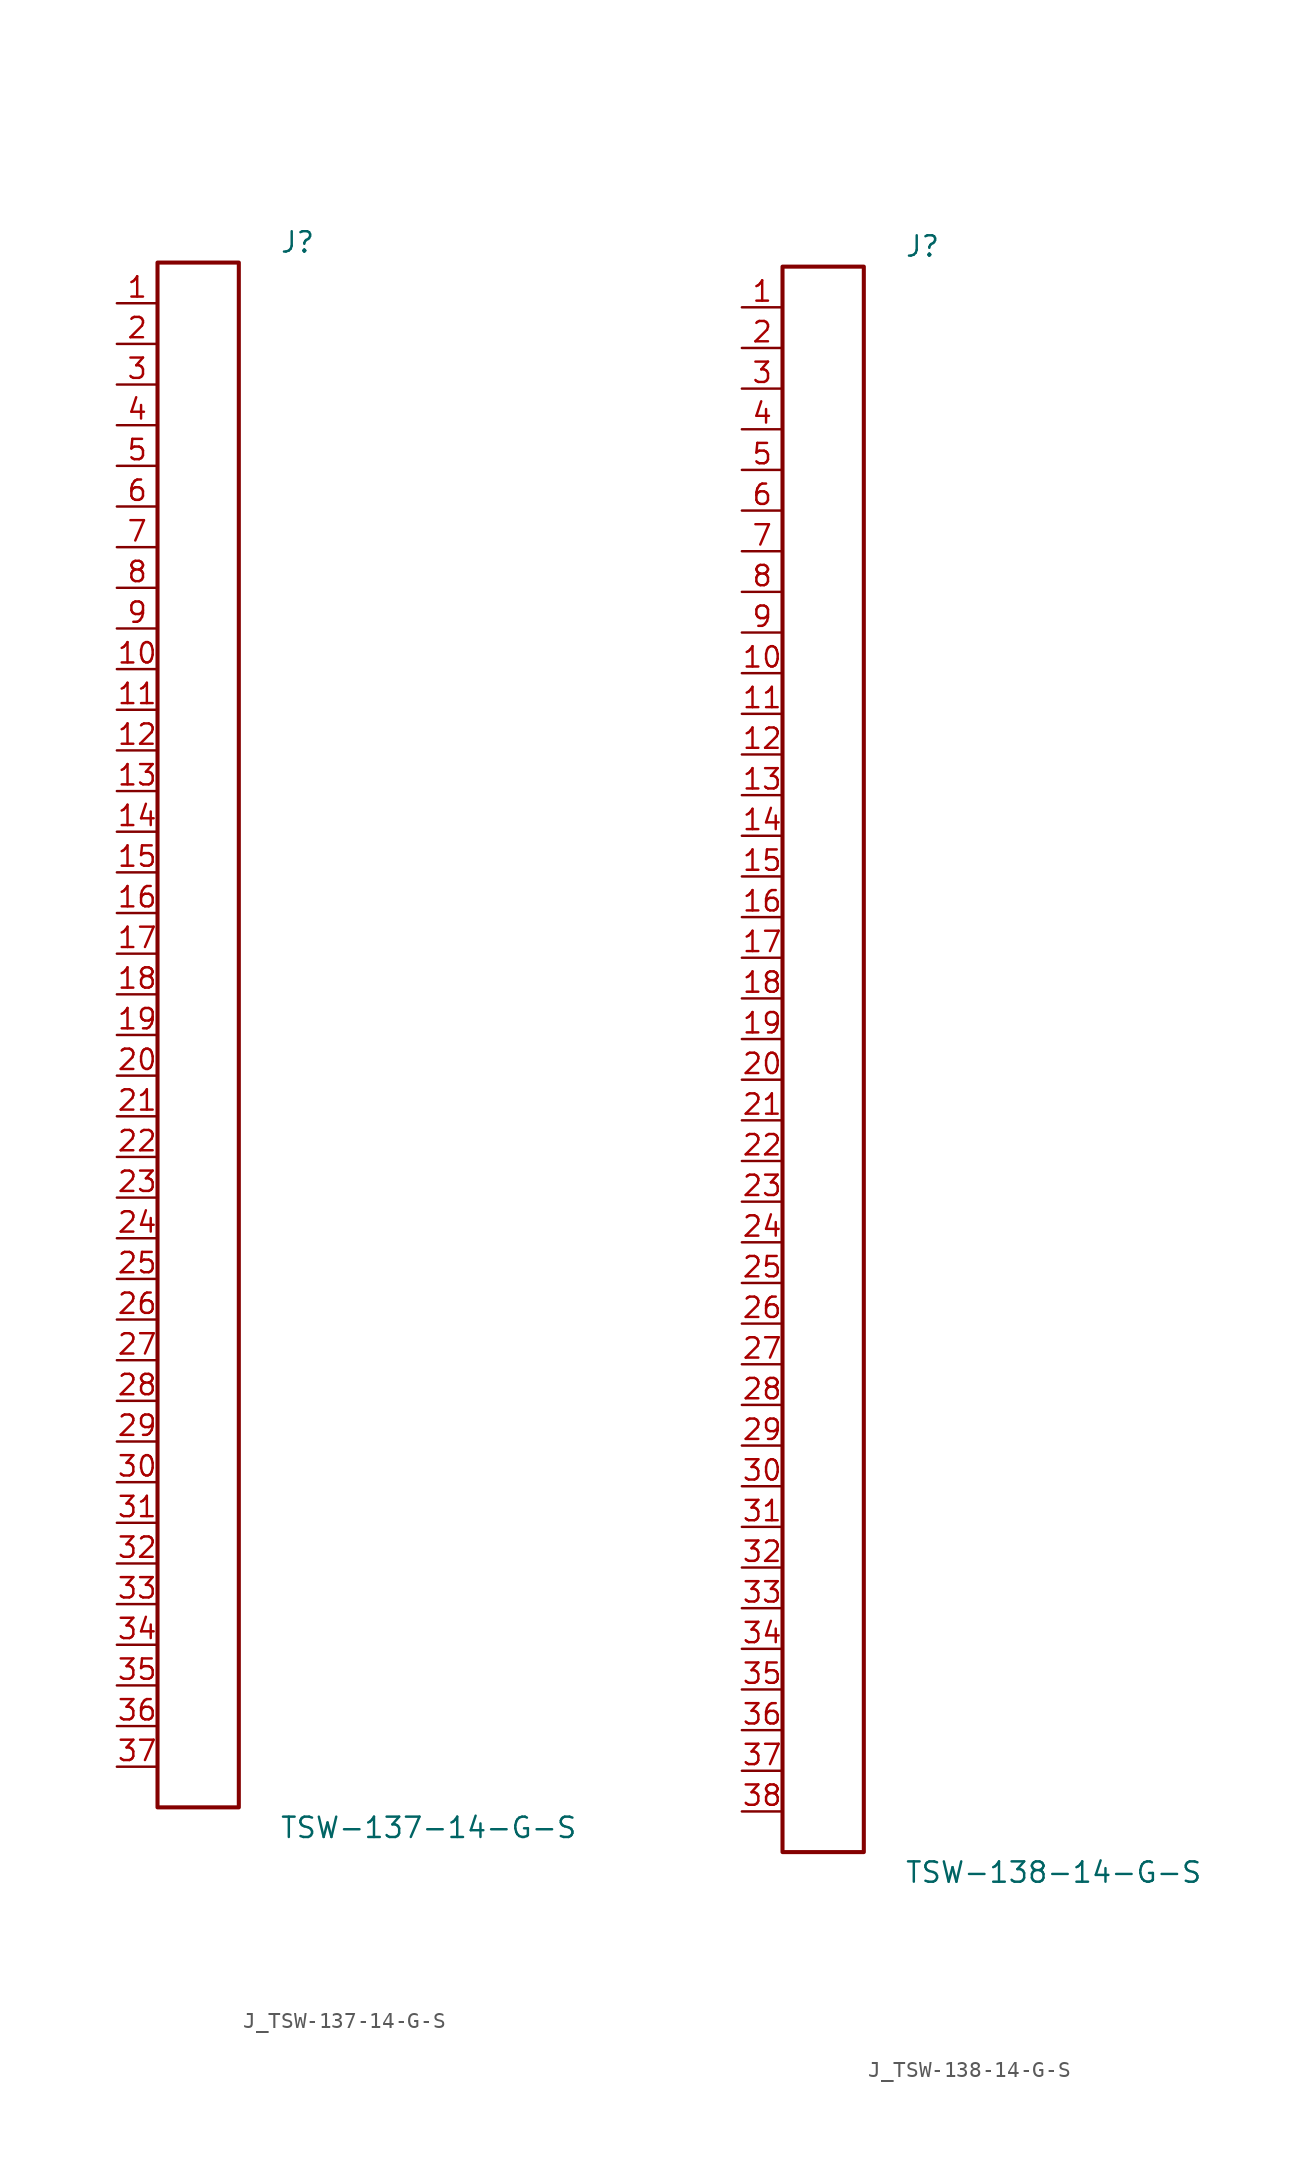
<source format=kicad_sym>
(kicad_symbol_lib
  (version 20231120)
  (generator kicad_symbol_editor)
  (generator_version 8.0)
  (symbol "J_TSW-137-14-G-S"
    (pin_names
      (offset 0.254))
    (property "Reference" "J"
      (at 5.08 49.53 0)
      (effects (font (size 1.27 1.27)) (justify left)))
    (property "Value" "TSW-137-14-G-S"
      (at 5.08 -49.53 0)
      (effects (font (size 1.27 1.27)) (justify left)))
    (symbol "J_TSW-137-14-G-S_0_0"
      (pin passive line (at -5.08 45.72 0) (length 2.54) (name "" (effects (font (size 1.27 1.27)))) (number "1" (effects (font (size 1.27 1.27)))))
      (pin passive line (at -5.08 43.18 0) (length 2.54) (name "" (effects (font (size 1.27 1.27)))) (number "2" (effects (font (size 1.27 1.27)))))
      (pin passive line (at -5.08 40.64 0) (length 2.54) (name "" (effects (font (size 1.27 1.27)))) (number "3" (effects (font (size 1.27 1.27)))))
      (pin passive line (at -5.08 38.1 0) (length 2.54) (name "" (effects (font (size 1.27 1.27)))) (number "4" (effects (font (size 1.27 1.27)))))
      (pin passive line (at -5.08 35.56 0) (length 2.54) (name "" (effects (font (size 1.27 1.27)))) (number "5" (effects (font (size 1.27 1.27)))))
      (pin passive line (at -5.08 33.02 0) (length 2.54) (name "" (effects (font (size 1.27 1.27)))) (number "6" (effects (font (size 1.27 1.27)))))
      (pin passive line (at -5.08 30.48 0) (length 2.54) (name "" (effects (font (size 1.27 1.27)))) (number "7" (effects (font (size 1.27 1.27)))))
      (pin passive line (at -5.08 27.94 0) (length 2.54) (name "" (effects (font (size 1.27 1.27)))) (number "8" (effects (font (size 1.27 1.27)))))
      (pin passive line (at -5.08 25.4 0) (length 2.54) (name "" (effects (font (size 1.27 1.27)))) (number "9" (effects (font (size 1.27 1.27)))))
      (pin passive line (at -5.08 22.86 0) (length 2.54) (name "" (effects (font (size 1.27 1.27)))) (number "10" (effects (font (size 1.27 1.27)))))
      (pin passive line (at -5.08 20.32 0) (length 2.54) (name "" (effects (font (size 1.27 1.27)))) (number "11" (effects (font (size 1.27 1.27)))))
      (pin passive line (at -5.08 17.78 0) (length 2.54) (name "" (effects (font (size 1.27 1.27)))) (number "12" (effects (font (size 1.27 1.27)))))
      (pin passive line (at -5.08 15.24 0) (length 2.54) (name "" (effects (font (size 1.27 1.27)))) (number "13" (effects (font (size 1.27 1.27)))))
      (pin passive line (at -5.08 12.7 0) (length 2.54) (name "" (effects (font (size 1.27 1.27)))) (number "14" (effects (font (size 1.27 1.27)))))
      (pin passive line (at -5.08 10.16 0) (length 2.54) (name "" (effects (font (size 1.27 1.27)))) (number "15" (effects (font (size 1.27 1.27)))))
      (pin passive line (at -5.08 7.62 0) (length 2.54) (name "" (effects (font (size 1.27 1.27)))) (number "16" (effects (font (size 1.27 1.27)))))
      (pin passive line (at -5.08 5.08 0) (length 2.54) (name "" (effects (font (size 1.27 1.27)))) (number "17" (effects (font (size 1.27 1.27)))))
      (pin passive line (at -5.08 2.54 0) (length 2.54) (name "" (effects (font (size 1.27 1.27)))) (number "18" (effects (font (size 1.27 1.27)))))
      (pin passive line (at -5.08 0.0 0) (length 2.54) (name "" (effects (font (size 1.27 1.27)))) (number "19" (effects (font (size 1.27 1.27)))))
      (pin passive line (at -5.08 -2.54 0) (length 2.54) (name "" (effects (font (size 1.27 1.27)))) (number "20" (effects (font (size 1.27 1.27)))))
      (pin passive line (at -5.08 -5.08 0) (length 2.54) (name "" (effects (font (size 1.27 1.27)))) (number "21" (effects (font (size 1.27 1.27)))))
      (pin passive line (at -5.08 -7.62 0) (length 2.54) (name "" (effects (font (size 1.27 1.27)))) (number "22" (effects (font (size 1.27 1.27)))))
      (pin passive line (at -5.08 -10.16 0) (length 2.54) (name "" (effects (font (size 1.27 1.27)))) (number "23" (effects (font (size 1.27 1.27)))))
      (pin passive line (at -5.08 -12.7 0) (length 2.54) (name "" (effects (font (size 1.27 1.27)))) (number "24" (effects (font (size 1.27 1.27)))))
      (pin passive line (at -5.08 -15.24 0) (length 2.54) (name "" (effects (font (size 1.27 1.27)))) (number "25" (effects (font (size 1.27 1.27)))))
      (pin passive line (at -5.08 -17.78 0) (length 2.54) (name "" (effects (font (size 1.27 1.27)))) (number "26" (effects (font (size 1.27 1.27)))))
      (pin passive line (at -5.08 -20.32 0) (length 2.54) (name "" (effects (font (size 1.27 1.27)))) (number "27" (effects (font (size 1.27 1.27)))))
      (pin passive line (at -5.08 -22.86 0) (length 2.54) (name "" (effects (font (size 1.27 1.27)))) (number "28" (effects (font (size 1.27 1.27)))))
      (pin passive line (at -5.08 -25.4 0) (length 2.54) (name "" (effects (font (size 1.27 1.27)))) (number "29" (effects (font (size 1.27 1.27)))))
      (pin passive line (at -5.08 -27.94 0) (length 2.54) (name "" (effects (font (size 1.27 1.27)))) (number "30" (effects (font (size 1.27 1.27)))))
      (pin passive line (at -5.08 -30.48 0) (length 2.54) (name "" (effects (font (size 1.27 1.27)))) (number "31" (effects (font (size 1.27 1.27)))))
      (pin passive line (at -5.08 -33.02 0) (length 2.54) (name "" (effects (font (size 1.27 1.27)))) (number "32" (effects (font (size 1.27 1.27)))))
      (pin passive line (at -5.08 -35.56 0) (length 2.54) (name "" (effects (font (size 1.27 1.27)))) (number "33" (effects (font (size 1.27 1.27)))))
      (pin passive line (at -5.08 -38.1 0) (length 2.54) (name "" (effects (font (size 1.27 1.27)))) (number "34" (effects (font (size 1.27 1.27)))))
      (pin passive line (at -5.08 -40.64 0) (length 2.54) (name "" (effects (font (size 1.27 1.27)))) (number "35" (effects (font (size 1.27 1.27)))))
      (pin passive line (at -5.08 -43.18 0) (length 2.54) (name "" (effects (font (size 1.27 1.27)))) (number "36" (effects (font (size 1.27 1.27)))))
      (pin passive line (at -5.08 -45.72 0) (length 2.54) (name "" (effects (font (size 1.27 1.27)))) (number "37" (effects (font (size 1.27 1.27))))))
    (symbol "J_TSW-137-14-G-S_1_0"
      (rectangle (start -2.54 48.26) (end 2.54 -48.26) (stroke (width 0.254) (type solid)) (fill (type none)))))
  (symbol "J_TSW-138-14-G-S"
    (pin_names
      (offset 0.254))
    (property "Reference" "J"
      (at 5.08 50.8 0)
      (effects (font (size 1.27 1.27)) (justify left)))
    (property "Value" "TSW-138-14-G-S"
      (at 5.08 -50.8 0)
      (effects (font (size 1.27 1.27)) (justify left)))
    (symbol "J_TSW-138-14-G-S_0_0"
      (pin passive line (at -5.08 46.99 0) (length 2.54) (name "" (effects (font (size 1.27 1.27)))) (number "1" (effects (font (size 1.27 1.27)))))
      (pin passive line (at -5.08 44.45 0) (length 2.54) (name "" (effects (font (size 1.27 1.27)))) (number "2" (effects (font (size 1.27 1.27)))))
      (pin passive line (at -5.08 41.91 0) (length 2.54) (name "" (effects (font (size 1.27 1.27)))) (number "3" (effects (font (size 1.27 1.27)))))
      (pin passive line (at -5.08 39.37 0) (length 2.54) (name "" (effects (font (size 1.27 1.27)))) (number "4" (effects (font (size 1.27 1.27)))))
      (pin passive line (at -5.08 36.83 0) (length 2.54) (name "" (effects (font (size 1.27 1.27)))) (number "5" (effects (font (size 1.27 1.27)))))
      (pin passive line (at -5.08 34.29 0) (length 2.54) (name "" (effects (font (size 1.27 1.27)))) (number "6" (effects (font (size 1.27 1.27)))))
      (pin passive line (at -5.08 31.75 0) (length 2.54) (name "" (effects (font (size 1.27 1.27)))) (number "7" (effects (font (size 1.27 1.27)))))
      (pin passive line (at -5.08 29.21 0) (length 2.54) (name "" (effects (font (size 1.27 1.27)))) (number "8" (effects (font (size 1.27 1.27)))))
      (pin passive line (at -5.08 26.67 0) (length 2.54) (name "" (effects (font (size 1.27 1.27)))) (number "9" (effects (font (size 1.27 1.27)))))
      (pin passive line (at -5.08 24.13 0) (length 2.54) (name "" (effects (font (size 1.27 1.27)))) (number "10" (effects (font (size 1.27 1.27)))))
      (pin passive line (at -5.08 21.59 0) (length 2.54) (name "" (effects (font (size 1.27 1.27)))) (number "11" (effects (font (size 1.27 1.27)))))
      (pin passive line (at -5.08 19.05 0) (length 2.54) (name "" (effects (font (size 1.27 1.27)))) (number "12" (effects (font (size 1.27 1.27)))))
      (pin passive line (at -5.08 16.51 0) (length 2.54) (name "" (effects (font (size 1.27 1.27)))) (number "13" (effects (font (size 1.27 1.27)))))
      (pin passive line (at -5.08 13.97 0) (length 2.54) (name "" (effects (font (size 1.27 1.27)))) (number "14" (effects (font (size 1.27 1.27)))))
      (pin passive line (at -5.08 11.43 0) (length 2.54) (name "" (effects (font (size 1.27 1.27)))) (number "15" (effects (font (size 1.27 1.27)))))
      (pin passive line (at -5.08 8.89 0) (length 2.54) (name "" (effects (font (size 1.27 1.27)))) (number "16" (effects (font (size 1.27 1.27)))))
      (pin passive line (at -5.08 6.35 0) (length 2.54) (name "" (effects (font (size 1.27 1.27)))) (number "17" (effects (font (size 1.27 1.27)))))
      (pin passive line (at -5.08 3.81 0) (length 2.54) (name "" (effects (font (size 1.27 1.27)))) (number "18" (effects (font (size 1.27 1.27)))))
      (pin passive line (at -5.08 1.27 0) (length 2.54) (name "" (effects (font (size 1.27 1.27)))) (number "19" (effects (font (size 1.27 1.27)))))
      (pin passive line (at -5.08 -1.27 0) (length 2.54) (name "" (effects (font (size 1.27 1.27)))) (number "20" (effects (font (size 1.27 1.27)))))
      (pin passive line (at -5.08 -3.81 0) (length 2.54) (name "" (effects (font (size 1.27 1.27)))) (number "21" (effects (font (size 1.27 1.27)))))
      (pin passive line (at -5.08 -6.35 0) (length 2.54) (name "" (effects (font (size 1.27 1.27)))) (number "22" (effects (font (size 1.27 1.27)))))
      (pin passive line (at -5.08 -8.89 0) (length 2.54) (name "" (effects (font (size 1.27 1.27)))) (number "23" (effects (font (size 1.27 1.27)))))
      (pin passive line (at -5.08 -11.43 0) (length 2.54) (name "" (effects (font (size 1.27 1.27)))) (number "24" (effects (font (size 1.27 1.27)))))
      (pin passive line (at -5.08 -13.97 0) (length 2.54) (name "" (effects (font (size 1.27 1.27)))) (number "25" (effects (font (size 1.27 1.27)))))
      (pin passive line (at -5.08 -16.51 0) (length 2.54) (name "" (effects (font (size 1.27 1.27)))) (number "26" (effects (font (size 1.27 1.27)))))
      (pin passive line (at -5.08 -19.05 0) (length 2.54) (name "" (effects (font (size 1.27 1.27)))) (number "27" (effects (font (size 1.27 1.27)))))
      (pin passive line (at -5.08 -21.59 0) (length 2.54) (name "" (effects (font (size 1.27 1.27)))) (number "28" (effects (font (size 1.27 1.27)))))
      (pin passive line (at -5.08 -24.13 0) (length 2.54) (name "" (effects (font (size 1.27 1.27)))) (number "29" (effects (font (size 1.27 1.27)))))
      (pin passive line (at -5.08 -26.67 0) (length 2.54) (name "" (effects (font (size 1.27 1.27)))) (number "30" (effects (font (size 1.27 1.27)))))
      (pin passive line (at -5.08 -29.21 0) (length 2.54) (name "" (effects (font (size 1.27 1.27)))) (number "31" (effects (font (size 1.27 1.27)))))
      (pin passive line (at -5.08 -31.75 0) (length 2.54) (name "" (effects (font (size 1.27 1.27)))) (number "32" (effects (font (size 1.27 1.27)))))
      (pin passive line (at -5.08 -34.29 0) (length 2.54) (name "" (effects (font (size 1.27 1.27)))) (number "33" (effects (font (size 1.27 1.27)))))
      (pin passive line (at -5.08 -36.83 0) (length 2.54) (name "" (effects (font (size 1.27 1.27)))) (number "34" (effects (font (size 1.27 1.27)))))
      (pin passive line (at -5.08 -39.37 0) (length 2.54) (name "" (effects (font (size 1.27 1.27)))) (number "35" (effects (font (size 1.27 1.27)))))
      (pin passive line (at -5.08 -41.91 0) (length 2.54) (name "" (effects (font (size 1.27 1.27)))) (number "36" (effects (font (size 1.27 1.27)))))
      (pin passive line (at -5.08 -44.45 0) (length 2.54) (name "" (effects (font (size 1.27 1.27)))) (number "37" (effects (font (size 1.27 1.27)))))
      (pin passive line (at -5.08 -46.99 0) (length 2.54) (name "" (effects (font (size 1.27 1.27)))) (number "38" (effects (font (size 1.27 1.27))))))
    (symbol "J_TSW-138-14-G-S_1_0"
      (rectangle (start -2.54 49.53) (end 2.54 -49.53) (stroke (width 0.254) (type solid)) (fill (type none))))))
</source>
